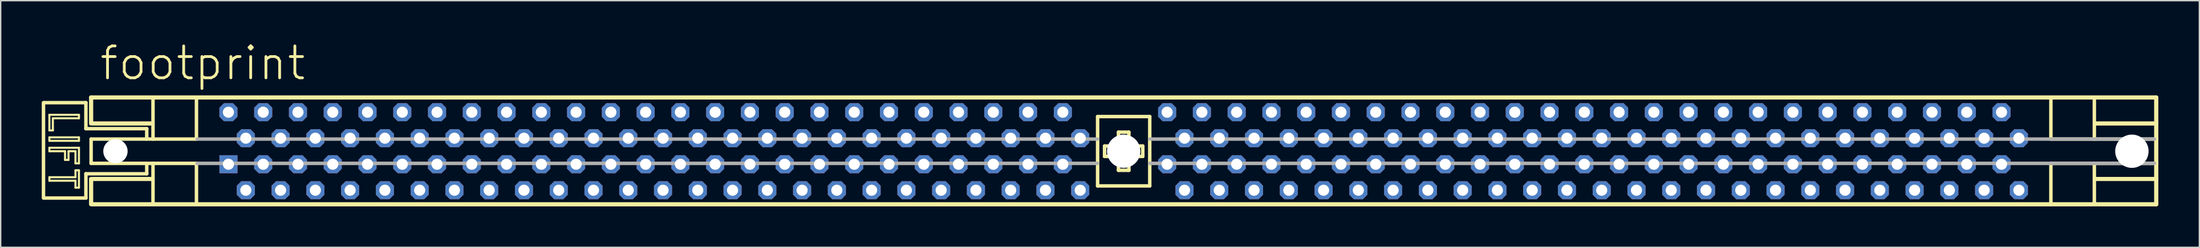
<source format=kicad_pcb>
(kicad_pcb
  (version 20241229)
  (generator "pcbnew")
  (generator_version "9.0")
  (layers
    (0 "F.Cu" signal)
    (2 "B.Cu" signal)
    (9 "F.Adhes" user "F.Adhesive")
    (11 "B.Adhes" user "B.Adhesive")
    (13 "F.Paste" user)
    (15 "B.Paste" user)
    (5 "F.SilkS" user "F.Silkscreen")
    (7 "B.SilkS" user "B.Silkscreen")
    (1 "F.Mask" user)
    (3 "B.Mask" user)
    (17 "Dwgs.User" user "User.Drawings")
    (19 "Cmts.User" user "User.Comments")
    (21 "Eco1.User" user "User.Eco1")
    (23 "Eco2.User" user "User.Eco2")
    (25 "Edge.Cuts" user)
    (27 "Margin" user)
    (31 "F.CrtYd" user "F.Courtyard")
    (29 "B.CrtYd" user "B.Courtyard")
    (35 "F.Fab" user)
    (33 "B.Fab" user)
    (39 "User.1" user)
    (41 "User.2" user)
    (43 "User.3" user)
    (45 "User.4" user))
  (footprint "footprint"
    (layer "F.Cu")
    (at 79.045 8.026)
    (property "Reference" "footprint" (at -74.93 -5.08 0) (layer "F.SilkS") (effects (font (size 2.337 2.337) (thickness 0.203)) (justify left bottom)))
    (fp_line (start -78.918 -3.556) (end -78.918 3.429) (stroke (width 0.254) (type solid)) (layer "F.SilkS"))
    (fp_line (start -78.867 -3.556) (end -75.819 -3.556) (stroke (width 0.254) (type solid)) (layer "F.SilkS"))
    (fp_line (start -78.486 -2.667) (end -78.486 -1.524) (stroke (width 0.152) (type solid)) (layer "F.SilkS"))
    (fp_line (start -78.486 -1.524) (end -78.232 -1.524) (stroke (width 0.152) (type solid)) (layer "F.SilkS"))
    (fp_line (start -78.486 -1.016) (end -78.486 -0.762) (stroke (width 0.152) (type solid)) (layer "F.SilkS"))
    (fp_line (start -78.486 -0.762) (end -76.327 -0.762) (stroke (width 0.152) (type solid)) (layer "F.SilkS"))
    (fp_line (start -78.486 -0.254) (end -76.327 -0.254) (stroke (width 0.152) (type solid)) (layer "F.SilkS"))
    (fp_line (start -78.486 0) (end -78.486 -0.254) (stroke (width 0.152) (type solid)) (layer "F.SilkS"))
    (fp_line (start -78.486 1.905) (end -76.581 1.905) (stroke (width 0.152) (type solid)) (layer "F.SilkS"))
    (fp_line (start -78.486 2.159) (end -78.486 1.905) (stroke (width 0.152) (type solid)) (layer "F.SilkS"))
    (fp_line (start -78.232 -2.413) (end -76.327 -2.413) (stroke (width 0.152) (type solid)) (layer "F.SilkS"))
    (fp_line (start -78.232 -1.524) (end -78.232 -2.413) (stroke (width 0.152) (type solid)) (layer "F.SilkS"))
    (fp_line (start -77.343 0) (end -78.486 0) (stroke (width 0.152) (type solid)) (layer "F.SilkS"))
    (fp_line (start -77.343 0.635) (end -77.343 0) (stroke (width 0.152) (type solid)) (layer "F.SilkS"))
    (fp_line (start -77.089 0) (end -77.089 0.635) (stroke (width 0.152) (type solid)) (layer "F.SilkS"))
    (fp_line (start -77.089 0.635) (end -77.343 0.635) (stroke (width 0.152) (type solid)) (layer "F.SilkS"))
    (fp_line (start -76.581 0) (end -77.089 0) (stroke (width 0.152) (type solid)) (layer "F.SilkS"))
    (fp_line (start -76.581 0.889) (end -76.581 0) (stroke (width 0.152) (type solid)) (layer "F.SilkS"))
    (fp_line (start -76.581 1.397) (end -76.327 1.397) (stroke (width 0.152) (type solid)) (layer "F.SilkS"))
    (fp_line (start -76.581 1.905) (end -76.581 1.397) (stroke (width 0.152) (type solid)) (layer "F.SilkS"))
    (fp_line (start -76.581 2.159) (end -78.486 2.159) (stroke (width 0.152) (type solid)) (layer "F.SilkS"))
    (fp_line (start -76.581 2.667) (end -76.581 2.159) (stroke (width 0.152) (type solid)) (layer "F.SilkS"))
    (fp_line (start -76.327 -2.667) (end -78.486 -2.667) (stroke (width 0.152) (type solid)) (layer "F.SilkS"))
    (fp_line (start -76.327 -2.413) (end -76.327 -2.667) (stroke (width 0.152) (type solid)) (layer "F.SilkS"))
    (fp_line (start -76.327 -1.016) (end -78.486 -1.016) (stroke (width 0.152) (type solid)) (layer "F.SilkS"))
    (fp_line (start -76.327 -0.762) (end -76.327 -1.016) (stroke (width 0.152) (type solid)) (layer "F.SilkS"))
    (fp_line (start -76.327 -0.254) (end -76.327 0.889) (stroke (width 0.152) (type solid)) (layer "F.SilkS"))
    (fp_line (start -76.327 0.889) (end -76.581 0.889) (stroke (width 0.152) (type solid)) (layer "F.SilkS"))
    (fp_line (start -76.327 1.397) (end -76.327 2.667) (stroke (width 0.152) (type solid)) (layer "F.SilkS"))
    (fp_line (start -76.327 2.667) (end -76.581 2.667) (stroke (width 0.152) (type solid)) (layer "F.SilkS"))
    (fp_line (start -75.819 -3.556) (end -75.819 -1.651) (stroke (width 0.254) (type solid)) (layer "F.SilkS"))
    (fp_line (start -75.819 -1.651) (end -71.374 -1.651) (stroke (width 0.254) (type solid)) (layer "F.SilkS"))
    (fp_line (start -75.819 1.651) (end -75.819 3.429) (stroke (width 0.254) (type solid)) (layer "F.SilkS"))
    (fp_line (start -75.819 3.429) (end -78.867 3.429) (stroke (width 0.254) (type solid)) (layer "F.SilkS"))
    (fp_line (start -75.438 -3.937) (end -75.438 -2.032) (stroke (width 0.305) (type solid)) (layer "F.SilkS"))
    (fp_line (start -75.438 -3.937) (end 75.438 -3.937) (stroke (width 0.305) (type solid)) (layer "F.SilkS"))
    (fp_line (start -75.438 -0.889) (end -75.438 0.889) (stroke (width 0.254) (type solid)) (layer "F.SilkS"))
    (fp_line (start -75.438 0.889) (end -71.374 0.889) (stroke (width 0.254) (type solid)) (layer "F.SilkS"))
    (fp_line (start -75.438 2.032) (end -75.438 3.81) (stroke (width 0.305) (type solid)) (layer "F.SilkS"))
    (fp_line (start -75.311 -2.032) (end -70.993 -2.032) (stroke (width 0.305) (type solid)) (layer "F.SilkS"))
    (fp_line (start -75.311 2.032) (end -70.993 2.032) (stroke (width 0.305) (type solid)) (layer "F.SilkS"))
    (fp_line (start -71.374 -1.651) (end -71.374 -0.889) (stroke (width 0.254) (type solid)) (layer "F.SilkS"))
    (fp_line (start -71.374 -0.889) (end -75.438 -0.889) (stroke (width 0.254) (type solid)) (layer "F.SilkS"))
    (fp_line (start -71.374 0.889) (end -71.374 1.651) (stroke (width 0.254) (type solid)) (layer "F.SilkS"))
    (fp_line (start -71.374 1.651) (end -75.819 1.651) (stroke (width 0.254) (type solid)) (layer "F.SilkS"))
    (fp_line (start -71.247 -0.889) (end -67.818 -0.889) (stroke (width 0.254) (type solid)) (layer "F.SilkS"))
    (fp_line (start -71.247 0.889) (end -67.818 0.889) (stroke (width 0.254) (type solid)) (layer "F.SilkS"))
    (fp_line (start -70.917 -3.861) (end -70.917 -0.889) (stroke (width 0.254) (type solid)) (layer "F.SilkS"))
    (fp_line (start -70.917 0.889) (end -70.917 3.81) (stroke (width 0.254) (type solid)) (layer "F.SilkS"))
    (fp_line (start -67.742 -3.861) (end -67.742 -0.889) (stroke (width 0.254) (type solid)) (layer "F.SilkS"))
    (fp_line (start -67.742 0.889) (end -67.742 3.81) (stroke (width 0.254) (type solid)) (layer "F.SilkS"))
    (fp_line (start -1.905 -2.54) (end -1.905 2.54) (stroke (width 0.254) (type solid)) (layer "F.SilkS"))
    (fp_line (start -1.905 2.54) (end 1.905 2.54) (stroke (width 0.254) (type solid)) (layer "F.SilkS"))
    (fp_line (start -1.397 -0.381) (end -1.397 0.381) (stroke (width 0.254) (type solid)) (layer "F.SilkS"))
    (fp_line (start -1.397 0.381) (end -0.381 0.381) (stroke (width 0.254) (type solid)) (layer "F.SilkS"))
    (fp_line (start -0.381 -1.397) (end -0.381 -0.381) (stroke (width 0.254) (type solid)) (layer "F.SilkS"))
    (fp_line (start -0.381 -0.381) (end -1.397 -0.381) (stroke (width 0.254) (type solid)) (layer "F.SilkS"))
    (fp_line (start -0.381 0.381) (end -0.381 1.397) (stroke (width 0.254) (type solid)) (layer "F.SilkS"))
    (fp_line (start -0.381 1.397) (end 0.381 1.397) (stroke (width 0.254) (type solid)) (layer "F.SilkS"))
    (fp_line (start 0.381 -1.397) (end -0.381 -1.397) (stroke (width 0.254) (type solid)) (layer "F.SilkS"))
    (fp_line (start 0.381 -0.381) (end 0.381 -1.397) (stroke (width 0.254) (type solid)) (layer "F.SilkS"))
    (fp_line (start 0.381 0.381) (end 1.397 0.381) (stroke (width 0.254) (type solid)) (layer "F.SilkS"))
    (fp_line (start 0.381 1.397) (end 0.381 0.381) (stroke (width 0.254) (type solid)) (layer "F.SilkS"))
    (fp_line (start 1.397 -0.381) (end 0.381 -0.381) (stroke (width 0.254) (type solid)) (layer "F.SilkS"))
    (fp_line (start 1.397 0.381) (end 1.397 -0.381) (stroke (width 0.254) (type solid)) (layer "F.SilkS"))
    (fp_line (start 1.905 -2.54) (end -1.905 -2.54) (stroke (width 0.254) (type solid)) (layer "F.SilkS"))
    (fp_line (start 1.905 2.54) (end 1.905 -2.54) (stroke (width 0.254) (type solid)) (layer "F.SilkS"))
    (fp_line (start 67.742 -3.861) (end 67.742 -0.889) (stroke (width 0.254) (type solid)) (layer "F.SilkS"))
    (fp_line (start 67.742 0.889) (end 67.742 3.81) (stroke (width 0.254) (type solid)) (layer "F.SilkS"))
    (fp_line (start 70.917 -3.861) (end 70.917 -0.889) (stroke (width 0.254) (type solid)) (layer "F.SilkS"))
    (fp_line (start 70.917 0.889) (end 70.917 3.81) (stroke (width 0.254) (type solid)) (layer "F.SilkS"))
    (fp_line (start 75.438 -3.937) (end 75.438 -2.032) (stroke (width 0.305) (type solid)) (layer "F.SilkS"))
    (fp_line (start 75.438 -2.032) (end 70.993 -2.032) (stroke (width 0.305) (type solid)) (layer "F.SilkS"))
    (fp_line (start 75.438 -2.032) (end 75.438 -0.889) (stroke (width 0.305) (type solid)) (layer "F.SilkS"))
    (fp_line (start 75.438 -0.889) (end 67.818 -0.889) (stroke (width 0.254) (type solid)) (layer "F.SilkS"))
    (fp_line (start 75.438 -0.889) (end 75.438 0.889) (stroke (width 0.305) (type solid)) (layer "F.SilkS"))
    (fp_line (start 75.438 0.889) (end 67.818 0.889) (stroke (width 0.254) (type solid)) (layer "F.SilkS"))
    (fp_line (start 75.438 0.889) (end 75.438 2.032) (stroke (width 0.305) (type solid)) (layer "F.SilkS"))
    (fp_line (start 75.438 2.032) (end 70.993 2.032) (stroke (width 0.305) (type solid)) (layer "F.SilkS"))
    (fp_line (start 75.438 2.032) (end 75.438 3.886) (stroke (width 0.305) (type solid)) (layer "F.SilkS"))
    (fp_line (start 75.438 3.886) (end -75.438 3.886) (stroke (width 0.305) (type solid)) (layer "F.SilkS"))
    (fp_line (start -67.691 -0.889) (end -1.905 -0.889) (stroke (width 0.254) (type solid)) (layer "F.Fab"))
    (fp_line (start -67.691 0.889) (end -1.905 0.889) (stroke (width 0.254) (type solid)) (layer "F.Fab"))
    (fp_line (start 1.905 -0.889) (end 75.311 -0.889) (stroke (width 0.254) (type solid)) (layer "F.Fab"))
    (fp_line (start 1.905 0.889) (end 75.311 0.889) (stroke (width 0.254) (type solid)) (layer "F.Fab"))
    (pad "" np_thru_hole circle (at -73.66 0) (size 1.778 1.778) (drill 1.778) (layers "*.Cu" "*.Mask"))
    (pad "" np_thru_hole circle (at 0 0) (size 2.438 2.438) (drill 2.438) (layers "*.Cu" "*.Mask"))
    (pad "" np_thru_hole circle (at 73.66 0) (size 2.438 2.438) (drill 2.438) (layers "*.Cu" "*.Mask"))
    (pad "1" thru_hole rect (at -65.405 0.953) (size 1.321 1.321) (drill 0.813) (layers "*.Cu" "*.Mask"))
    (pad "2" thru_hole roundrect (at -64.135 2.857) (size 1.321 1.321) (drill 0.813) (layers "*.Cu" "*.Mask") (roundrect_rratio 0.25) (chamfer_ratio 0.25) (chamfer top_left top_right bottom_left bottom_right))
    (pad "3" thru_hole roundrect (at -62.865 0.953) (size 1.321 1.321) (drill 0.813) (layers "*.Cu" "*.Mask") (roundrect_rratio 0.25) (chamfer_ratio 0.25) (chamfer top_left top_right bottom_left bottom_right))
    (pad "4" thru_hole roundrect (at -61.595 2.857) (size 1.321 1.321) (drill 0.813) (layers "*.Cu" "*.Mask") (roundrect_rratio 0.25) (chamfer_ratio 0.25) (chamfer top_left top_right bottom_left bottom_right))
    (pad "5" thru_hole roundrect (at -60.325 0.953) (size 1.321 1.321) (drill 0.813) (layers "*.Cu" "*.Mask") (roundrect_rratio 0.25) (chamfer_ratio 0.25) (chamfer top_left top_right bottom_left bottom_right))
    (pad "6" thru_hole roundrect (at -59.055 2.857) (size 1.321 1.321) (drill 0.813) (layers "*.Cu" "*.Mask") (roundrect_rratio 0.25) (chamfer_ratio 0.25) (chamfer top_left top_right bottom_left bottom_right))
    (pad "7" thru_hole roundrect (at -57.785 0.953) (size 1.321 1.321) (drill 0.813) (layers "*.Cu" "*.Mask") (roundrect_rratio 0.25) (chamfer_ratio 0.25) (chamfer top_left top_right bottom_left bottom_right))
    (pad "8" thru_hole roundrect (at -56.515 2.857) (size 1.321 1.321) (drill 0.813) (layers "*.Cu" "*.Mask") (roundrect_rratio 0.25) (chamfer_ratio 0.25) (chamfer top_left top_right bottom_left bottom_right))
    (pad "9" thru_hole roundrect (at -55.245 0.953) (size 1.321 1.321) (drill 0.813) (layers "*.Cu" "*.Mask") (roundrect_rratio 0.25) (chamfer_ratio 0.25) (chamfer top_left top_right bottom_left bottom_right))
    (pad "10" thru_hole roundrect (at -53.975 2.857) (size 1.321 1.321) (drill 0.813) (layers "*.Cu" "*.Mask") (roundrect_rratio 0.25) (chamfer_ratio 0.25) (chamfer top_left top_right bottom_left bottom_right))
    (pad "11" thru_hole roundrect (at -52.705 0.953) (size 1.321 1.321) (drill 0.813) (layers "*.Cu" "*.Mask") (roundrect_rratio 0.25) (chamfer_ratio 0.25) (chamfer top_left top_right bottom_left bottom_right))
    (pad "12" thru_hole roundrect (at -51.435 2.857) (size 1.321 1.321) (drill 0.813) (layers "*.Cu" "*.Mask") (roundrect_rratio 0.25) (chamfer_ratio 0.25) (chamfer top_left top_right bottom_left bottom_right))
    (pad "13" thru_hole roundrect (at -50.165 0.953) (size 1.321 1.321) (drill 0.813) (layers "*.Cu" "*.Mask") (roundrect_rratio 0.25) (chamfer_ratio 0.25) (chamfer top_left top_right bottom_left bottom_right))
    (pad "14" thru_hole roundrect (at -48.895 2.857) (size 1.321 1.321) (drill 0.813) (layers "*.Cu" "*.Mask") (roundrect_rratio 0.25) (chamfer_ratio 0.25) (chamfer top_left top_right bottom_left bottom_right))
    (pad "15" thru_hole roundrect (at -47.625 0.953) (size 1.321 1.321) (drill 0.813) (layers "*.Cu" "*.Mask") (roundrect_rratio 0.25) (chamfer_ratio 0.25) (chamfer top_left top_right bottom_left bottom_right))
    (pad "16" thru_hole roundrect (at -46.355 2.857) (size 1.321 1.321) (drill 0.813) (layers "*.Cu" "*.Mask") (roundrect_rratio 0.25) (chamfer_ratio 0.25) (chamfer top_left top_right bottom_left bottom_right))
    (pad "17" thru_hole roundrect (at -45.085 0.953) (size 1.321 1.321) (drill 0.813) (layers "*.Cu" "*.Mask") (roundrect_rratio 0.25) (chamfer_ratio 0.25) (chamfer top_left top_right bottom_left bottom_right))
    (pad "18" thru_hole roundrect (at -43.815 2.857) (size 1.321 1.321) (drill 0.813) (layers "*.Cu" "*.Mask") (roundrect_rratio 0.25) (chamfer_ratio 0.25) (chamfer top_left top_right bottom_left bottom_right))
    (pad "19" thru_hole roundrect (at -42.545 0.953) (size 1.321 1.321) (drill 0.813) (layers "*.Cu" "*.Mask") (roundrect_rratio 0.25) (chamfer_ratio 0.25) (chamfer top_left top_right bottom_left bottom_right))
    (pad "20" thru_hole roundrect (at -41.275 2.857) (size 1.321 1.321) (drill 0.813) (layers "*.Cu" "*.Mask") (roundrect_rratio 0.25) (chamfer_ratio 0.25) (chamfer top_left top_right bottom_left bottom_right))
    (pad "21" thru_hole roundrect (at -40.005 0.953) (size 1.321 1.321) (drill 0.813) (layers "*.Cu" "*.Mask") (roundrect_rratio 0.25) (chamfer_ratio 0.25) (chamfer top_left top_right bottom_left bottom_right))
    (pad "22" thru_hole roundrect (at -38.735 2.857) (size 1.321 1.321) (drill 0.813) (layers "*.Cu" "*.Mask") (roundrect_rratio 0.25) (chamfer_ratio 0.25) (chamfer top_left top_right bottom_left bottom_right))
    (pad "23" thru_hole roundrect (at -37.465 0.953) (size 1.321 1.321) (drill 0.813) (layers "*.Cu" "*.Mask") (roundrect_rratio 0.25) (chamfer_ratio 0.25) (chamfer top_left top_right bottom_left bottom_right))
    (pad "24" thru_hole roundrect (at -36.195 2.857) (size 1.321 1.321) (drill 0.813) (layers "*.Cu" "*.Mask") (roundrect_rratio 0.25) (chamfer_ratio 0.25) (chamfer top_left top_right bottom_left bottom_right))
    (pad "25" thru_hole roundrect (at -34.925 0.953) (size 1.321 1.321) (drill 0.813) (layers "*.Cu" "*.Mask") (roundrect_rratio 0.25) (chamfer_ratio 0.25) (chamfer top_left top_right bottom_left bottom_right))
    (pad "26" thru_hole roundrect (at -33.655 2.857) (size 1.321 1.321) (drill 0.813) (layers "*.Cu" "*.Mask") (roundrect_rratio 0.25) (chamfer_ratio 0.25) (chamfer top_left top_right bottom_left bottom_right))
    (pad "27" thru_hole roundrect (at -32.385 0.953) (size 1.321 1.321) (drill 0.813) (layers "*.Cu" "*.Mask") (roundrect_rratio 0.25) (chamfer_ratio 0.25) (chamfer top_left top_right bottom_left bottom_right))
    (pad "28" thru_hole roundrect (at -31.115 2.857) (size 1.321 1.321) (drill 0.813) (layers "*.Cu" "*.Mask") (roundrect_rratio 0.25) (chamfer_ratio 0.25) (chamfer top_left top_right bottom_left bottom_right))
    (pad "29" thru_hole roundrect (at -29.845 0.953) (size 1.321 1.321) (drill 0.813) (layers "*.Cu" "*.Mask") (roundrect_rratio 0.25) (chamfer_ratio 0.25) (chamfer top_left top_right bottom_left bottom_right))
    (pad "30" thru_hole roundrect (at -28.575 2.857) (size 1.321 1.321) (drill 0.813) (layers "*.Cu" "*.Mask") (roundrect_rratio 0.25) (chamfer_ratio 0.25) (chamfer top_left top_right bottom_left bottom_right))
    (pad "31" thru_hole roundrect (at -27.305 0.953) (size 1.321 1.321) (drill 0.813) (layers "*.Cu" "*.Mask") (roundrect_rratio 0.25) (chamfer_ratio 0.25) (chamfer top_left top_right bottom_left bottom_right))
    (pad "32" thru_hole roundrect (at -26.035 2.857) (size 1.321 1.321) (drill 0.813) (layers "*.Cu" "*.Mask") (roundrect_rratio 0.25) (chamfer_ratio 0.25) (chamfer top_left top_right bottom_left bottom_right))
    (pad "33" thru_hole roundrect (at -24.765 0.953) (size 1.321 1.321) (drill 0.813) (layers "*.Cu" "*.Mask") (roundrect_rratio 0.25) (chamfer_ratio 0.25) (chamfer top_left top_right bottom_left bottom_right))
    (pad "34" thru_hole roundrect (at -23.495 2.857) (size 1.321 1.321) (drill 0.813) (layers "*.Cu" "*.Mask") (roundrect_rratio 0.25) (chamfer_ratio 0.25) (chamfer top_left top_right bottom_left bottom_right))
    (pad "35" thru_hole roundrect (at -22.225 0.953) (size 1.321 1.321) (drill 0.813) (layers "*.Cu" "*.Mask") (roundrect_rratio 0.25) (chamfer_ratio 0.25) (chamfer top_left top_right bottom_left bottom_right))
    (pad "36" thru_hole roundrect (at -20.955 2.857) (size 1.321 1.321) (drill 0.813) (layers "*.Cu" "*.Mask") (roundrect_rratio 0.25) (chamfer_ratio 0.25) (chamfer top_left top_right bottom_left bottom_right))
    (pad "37" thru_hole roundrect (at -19.685 0.953) (size 1.321 1.321) (drill 0.813) (layers "*.Cu" "*.Mask") (roundrect_rratio 0.25) (chamfer_ratio 0.25) (chamfer top_left top_right bottom_left bottom_right))
    (pad "38" thru_hole roundrect (at -18.415 2.857) (size 1.321 1.321) (drill 0.813) (layers "*.Cu" "*.Mask") (roundrect_rratio 0.25) (chamfer_ratio 0.25) (chamfer top_left top_right bottom_left bottom_right))
    (pad "39" thru_hole roundrect (at -17.145 0.953) (size 1.321 1.321) (drill 0.813) (layers "*.Cu" "*.Mask") (roundrect_rratio 0.25) (chamfer_ratio 0.25) (chamfer top_left top_right bottom_left bottom_right))
    (pad "40" thru_hole roundrect (at -15.875 2.857) (size 1.321 1.321) (drill 0.813) (layers "*.Cu" "*.Mask") (roundrect_rratio 0.25) (chamfer_ratio 0.25) (chamfer top_left top_right bottom_left bottom_right))
    (pad "41" thru_hole roundrect (at -14.605 0.953) (size 1.321 1.321) (drill 0.813) (layers "*.Cu" "*.Mask") (roundrect_rratio 0.25) (chamfer_ratio 0.25) (chamfer top_left top_right bottom_left bottom_right))
    (pad "42" thru_hole roundrect (at -13.335 2.857) (size 1.321 1.321) (drill 0.813) (layers "*.Cu" "*.Mask") (roundrect_rratio 0.25) (chamfer_ratio 0.25) (chamfer top_left top_right bottom_left bottom_right))
    (pad "43" thru_hole roundrect (at -12.065 0.953) (size 1.321 1.321) (drill 0.813) (layers "*.Cu" "*.Mask") (roundrect_rratio 0.25) (chamfer_ratio 0.25) (chamfer top_left top_right bottom_left bottom_right))
    (pad "44" thru_hole roundrect (at -10.795 2.857) (size 1.321 1.321) (drill 0.813) (layers "*.Cu" "*.Mask") (roundrect_rratio 0.25) (chamfer_ratio 0.25) (chamfer top_left top_right bottom_left bottom_right))
    (pad "45" thru_hole roundrect (at -9.525 0.953) (size 1.321 1.321) (drill 0.813) (layers "*.Cu" "*.Mask") (roundrect_rratio 0.25) (chamfer_ratio 0.25) (chamfer top_left top_right bottom_left bottom_right))
    (pad "46" thru_hole roundrect (at -8.255 2.857) (size 1.321 1.321) (drill 0.813) (layers "*.Cu" "*.Mask") (roundrect_rratio 0.25) (chamfer_ratio 0.25) (chamfer top_left top_right bottom_left bottom_right))
    (pad "47" thru_hole roundrect (at -6.985 0.953) (size 1.321 1.321) (drill 0.813) (layers "*.Cu" "*.Mask") (roundrect_rratio 0.25) (chamfer_ratio 0.25) (chamfer top_left top_right bottom_left bottom_right))
    (pad "48" thru_hole roundrect (at -5.715 2.857) (size 1.321 1.321) (drill 0.813) (layers "*.Cu" "*.Mask") (roundrect_rratio 0.25) (chamfer_ratio 0.25) (chamfer top_left top_right bottom_left bottom_right))
    (pad "49" thru_hole roundrect (at -4.445 0.953) (size 1.321 1.321) (drill 0.813) (layers "*.Cu" "*.Mask") (roundrect_rratio 0.25) (chamfer_ratio 0.25) (chamfer top_left top_right bottom_left bottom_right))
    (pad "50" thru_hole roundrect (at -3.175 2.857) (size 1.321 1.321) (drill 0.813) (layers "*.Cu" "*.Mask") (roundrect_rratio 0.25) (chamfer_ratio 0.25) (chamfer top_left top_right bottom_left bottom_right))
    (pad "51" thru_hole roundrect (at 3.175 0.953) (size 1.321 1.321) (drill 0.813) (layers "*.Cu" "*.Mask") (roundrect_rratio 0.25) (chamfer_ratio 0.25) (chamfer top_left top_right bottom_left bottom_right))
    (pad "52" thru_hole roundrect (at 4.445 2.857) (size 1.321 1.321) (drill 0.813) (layers "*.Cu" "*.Mask") (roundrect_rratio 0.25) (chamfer_ratio 0.25) (chamfer top_left top_right bottom_left bottom_right))
    (pad "53" thru_hole roundrect (at 5.715 0.953) (size 1.321 1.321) (drill 0.813) (layers "*.Cu" "*.Mask") (roundrect_rratio 0.25) (chamfer_ratio 0.25) (chamfer top_left top_right bottom_left bottom_right))
    (pad "54" thru_hole roundrect (at 6.985 2.857) (size 1.321 1.321) (drill 0.813) (layers "*.Cu" "*.Mask") (roundrect_rratio 0.25) (chamfer_ratio 0.25) (chamfer top_left top_right bottom_left bottom_right))
    (pad "55" thru_hole roundrect (at 8.255 0.953) (size 1.321 1.321) (drill 0.813) (layers "*.Cu" "*.Mask") (roundrect_rratio 0.25) (chamfer_ratio 0.25) (chamfer top_left top_right bottom_left bottom_right))
    (pad "56" thru_hole roundrect (at 9.525 2.857) (size 1.321 1.321) (drill 0.813) (layers "*.Cu" "*.Mask") (roundrect_rratio 0.25) (chamfer_ratio 0.25) (chamfer top_left top_right bottom_left bottom_right))
    (pad "57" thru_hole roundrect (at 10.795 0.953) (size 1.321 1.321) (drill 0.813) (layers "*.Cu" "*.Mask") (roundrect_rratio 0.25) (chamfer_ratio 0.25) (chamfer top_left top_right bottom_left bottom_right))
    (pad "58" thru_hole roundrect (at 12.065 2.857) (size 1.321 1.321) (drill 0.813) (layers "*.Cu" "*.Mask") (roundrect_rratio 0.25) (chamfer_ratio 0.25) (chamfer top_left top_right bottom_left bottom_right))
    (pad "59" thru_hole roundrect (at 13.335 0.953) (size 1.321 1.321) (drill 0.813) (layers "*.Cu" "*.Mask") (roundrect_rratio 0.25) (chamfer_ratio 0.25) (chamfer top_left top_right bottom_left bottom_right))
    (pad "60" thru_hole roundrect (at 14.605 2.857) (size 1.321 1.321) (drill 0.813) (layers "*.Cu" "*.Mask") (roundrect_rratio 0.25) (chamfer_ratio 0.25) (chamfer top_left top_right bottom_left bottom_right))
    (pad "61" thru_hole roundrect (at 15.875 0.953) (size 1.321 1.321) (drill 0.813) (layers "*.Cu" "*.Mask") (roundrect_rratio 0.25) (chamfer_ratio 0.25) (chamfer top_left top_right bottom_left bottom_right))
    (pad "62" thru_hole roundrect (at 17.145 2.857) (size 1.321 1.321) (drill 0.813) (layers "*.Cu" "*.Mask") (roundrect_rratio 0.25) (chamfer_ratio 0.25) (chamfer top_left top_right bottom_left bottom_right))
    (pad "63" thru_hole roundrect (at 18.415 0.953) (size 1.321 1.321) (drill 0.813) (layers "*.Cu" "*.Mask") (roundrect_rratio 0.25) (chamfer_ratio 0.25) (chamfer top_left top_right bottom_left bottom_right))
    (pad "64" thru_hole roundrect (at 19.685 2.857) (size 1.321 1.321) (drill 0.813) (layers "*.Cu" "*.Mask") (roundrect_rratio 0.25) (chamfer_ratio 0.25) (chamfer top_left top_right bottom_left bottom_right))
    (pad "65" thru_hole roundrect (at 20.955 0.953) (size 1.321 1.321) (drill 0.813) (layers "*.Cu" "*.Mask") (roundrect_rratio 0.25) (chamfer_ratio 0.25) (chamfer top_left top_right bottom_left bottom_right))
    (pad "66" thru_hole roundrect (at 22.225 2.857) (size 1.321 1.321) (drill 0.813) (layers "*.Cu" "*.Mask") (roundrect_rratio 0.25) (chamfer_ratio 0.25) (chamfer top_left top_right bottom_left bottom_right))
    (pad "67" thru_hole roundrect (at 23.495 0.953) (size 1.321 1.321) (drill 0.813) (layers "*.Cu" "*.Mask") (roundrect_rratio 0.25) (chamfer_ratio 0.25) (chamfer top_left top_right bottom_left bottom_right))
    (pad "68" thru_hole roundrect (at 24.765 2.857) (size 1.321 1.321) (drill 0.813) (layers "*.Cu" "*.Mask") (roundrect_rratio 0.25) (chamfer_ratio 0.25) (chamfer top_left top_right bottom_left bottom_right))
    (pad "69" thru_hole roundrect (at 26.035 0.953) (size 1.321 1.321) (drill 0.813) (layers "*.Cu" "*.Mask") (roundrect_rratio 0.25) (chamfer_ratio 0.25) (chamfer top_left top_right bottom_left bottom_right))
    (pad "70" thru_hole roundrect (at 27.305 2.857) (size 1.321 1.321) (drill 0.813) (layers "*.Cu" "*.Mask") (roundrect_rratio 0.25) (chamfer_ratio 0.25) (chamfer top_left top_right bottom_left bottom_right))
    (pad "71" thru_hole roundrect (at 28.575 0.953) (size 1.321 1.321) (drill 0.813) (layers "*.Cu" "*.Mask") (roundrect_rratio 0.25) (chamfer_ratio 0.25) (chamfer top_left top_right bottom_left bottom_right))
    (pad "72" thru_hole roundrect (at 29.845 2.857) (size 1.321 1.321) (drill 0.813) (layers "*.Cu" "*.Mask") (roundrect_rratio 0.25) (chamfer_ratio 0.25) (chamfer top_left top_right bottom_left bottom_right))
    (pad "73" thru_hole roundrect (at 31.115 0.953) (size 1.321 1.321) (drill 0.813) (layers "*.Cu" "*.Mask") (roundrect_rratio 0.25) (chamfer_ratio 0.25) (chamfer top_left top_right bottom_left bottom_right))
    (pad "74" thru_hole roundrect (at 32.385 2.857) (size 1.321 1.321) (drill 0.813) (layers "*.Cu" "*.Mask") (roundrect_rratio 0.25) (chamfer_ratio 0.25) (chamfer top_left top_right bottom_left bottom_right))
    (pad "75" thru_hole roundrect (at 33.655 0.953) (size 1.321 1.321) (drill 0.813) (layers "*.Cu" "*.Mask") (roundrect_rratio 0.25) (chamfer_ratio 0.25) (chamfer top_left top_right bottom_left bottom_right))
    (pad "76" thru_hole roundrect (at 34.925 2.857) (size 1.321 1.321) (drill 0.813) (layers "*.Cu" "*.Mask") (roundrect_rratio 0.25) (chamfer_ratio 0.25) (chamfer top_left top_right bottom_left bottom_right))
    (pad "77" thru_hole roundrect (at 36.195 0.953) (size 1.321 1.321) (drill 0.813) (layers "*.Cu" "*.Mask") (roundrect_rratio 0.25) (chamfer_ratio 0.25) (chamfer top_left top_right bottom_left bottom_right))
    (pad "78" thru_hole roundrect (at 37.465 2.857) (size 1.321 1.321) (drill 0.813) (layers "*.Cu" "*.Mask") (roundrect_rratio 0.25) (chamfer_ratio 0.25) (chamfer top_left top_right bottom_left bottom_right))
    (pad "79" thru_hole roundrect (at 38.735 0.953) (size 1.321 1.321) (drill 0.813) (layers "*.Cu" "*.Mask") (roundrect_rratio 0.25) (chamfer_ratio 0.25) (chamfer top_left top_right bottom_left bottom_right))
    (pad "80" thru_hole roundrect (at 40.005 2.857) (size 1.321 1.321) (drill 0.813) (layers "*.Cu" "*.Mask") (roundrect_rratio 0.25) (chamfer_ratio 0.25) (chamfer top_left top_right bottom_left bottom_right))
    (pad "81" thru_hole roundrect (at 41.275 0.953) (size 1.321 1.321) (drill 0.813) (layers "*.Cu" "*.Mask") (roundrect_rratio 0.25) (chamfer_ratio 0.25) (chamfer top_left top_right bottom_left bottom_right))
    (pad "82" thru_hole roundrect (at 42.545 2.857) (size 1.321 1.321) (drill 0.813) (layers "*.Cu" "*.Mask") (roundrect_rratio 0.25) (chamfer_ratio 0.25) (chamfer top_left top_right bottom_left bottom_right))
    (pad "83" thru_hole roundrect (at 43.815 0.953) (size 1.321 1.321) (drill 0.813) (layers "*.Cu" "*.Mask") (roundrect_rratio 0.25) (chamfer_ratio 0.25) (chamfer top_left top_right bottom_left bottom_right))
    (pad "84" thru_hole roundrect (at 45.085 2.857) (size 1.321 1.321) (drill 0.813) (layers "*.Cu" "*.Mask") (roundrect_rratio 0.25) (chamfer_ratio 0.25) (chamfer top_left top_right bottom_left bottom_right))
    (pad "85" thru_hole roundrect (at 46.355 0.953) (size 1.321 1.321) (drill 0.813) (layers "*.Cu" "*.Mask") (roundrect_rratio 0.25) (chamfer_ratio 0.25) (chamfer top_left top_right bottom_left bottom_right))
    (pad "86" thru_hole roundrect (at 47.625 2.857) (size 1.321 1.321) (drill 0.813) (layers "*.Cu" "*.Mask") (roundrect_rratio 0.25) (chamfer_ratio 0.25) (chamfer top_left top_right bottom_left bottom_right))
    (pad "87" thru_hole roundrect (at 48.895 0.953) (size 1.321 1.321) (drill 0.813) (layers "*.Cu" "*.Mask") (roundrect_rratio 0.25) (chamfer_ratio 0.25) (chamfer top_left top_right bottom_left bottom_right))
    (pad "88" thru_hole roundrect (at 50.165 2.857) (size 1.321 1.321) (drill 0.813) (layers "*.Cu" "*.Mask") (roundrect_rratio 0.25) (chamfer_ratio 0.25) (chamfer top_left top_right bottom_left bottom_right))
    (pad "89" thru_hole roundrect (at 51.435 0.953) (size 1.321 1.321) (drill 0.813) (layers "*.Cu" "*.Mask") (roundrect_rratio 0.25) (chamfer_ratio 0.25) (chamfer top_left top_right bottom_left bottom_right))
    (pad "90" thru_hole roundrect (at 52.705 2.857) (size 1.321 1.321) (drill 0.813) (layers "*.Cu" "*.Mask") (roundrect_rratio 0.25) (chamfer_ratio 0.25) (chamfer top_left top_right bottom_left bottom_right))
    (pad "91" thru_hole roundrect (at 53.975 0.953) (size 1.321 1.321) (drill 0.813) (layers "*.Cu" "*.Mask") (roundrect_rratio 0.25) (chamfer_ratio 0.25) (chamfer top_left top_right bottom_left bottom_right))
    (pad "92" thru_hole roundrect (at 55.245 2.857) (size 1.321 1.321) (drill 0.813) (layers "*.Cu" "*.Mask") (roundrect_rratio 0.25) (chamfer_ratio 0.25) (chamfer top_left top_right bottom_left bottom_right))
    (pad "93" thru_hole roundrect (at 56.515 0.953) (size 1.321 1.321) (drill 0.813) (layers "*.Cu" "*.Mask") (roundrect_rratio 0.25) (chamfer_ratio 0.25) (chamfer top_left top_right bottom_left bottom_right))
    (pad "94" thru_hole roundrect (at 57.785 2.857) (size 1.321 1.321) (drill 0.813) (layers "*.Cu" "*.Mask") (roundrect_rratio 0.25) (chamfer_ratio 0.25) (chamfer top_left top_right bottom_left bottom_right))
    (pad "95" thru_hole roundrect (at 59.055 0.953) (size 1.321 1.321) (drill 0.813) (layers "*.Cu" "*.Mask") (roundrect_rratio 0.25) (chamfer_ratio 0.25) (chamfer top_left top_right bottom_left bottom_right))
    (pad "96" thru_hole roundrect (at 60.325 2.857) (size 1.321 1.321) (drill 0.813) (layers "*.Cu" "*.Mask") (roundrect_rratio 0.25) (chamfer_ratio 0.25) (chamfer top_left top_right bottom_left bottom_right))
    (pad "97" thru_hole roundrect (at 61.595 0.953) (size 1.321 1.321) (drill 0.813) (layers "*.Cu" "*.Mask") (roundrect_rratio 0.25) (chamfer_ratio 0.25) (chamfer top_left top_right bottom_left bottom_right))
    (pad "98" thru_hole roundrect (at 62.865 2.857) (size 1.321 1.321) (drill 0.813) (layers "*.Cu" "*.Mask") (roundrect_rratio 0.25) (chamfer_ratio 0.25) (chamfer top_left top_right bottom_left bottom_right))
    (pad "99" thru_hole roundrect (at 64.135 0.953) (size 1.321 1.321) (drill 0.813) (layers "*.Cu" "*.Mask") (roundrect_rratio 0.25) (chamfer_ratio 0.25) (chamfer top_left top_right bottom_left bottom_right))
    (pad "100" thru_hole roundrect (at 65.405 2.857) (size 1.321 1.321) (drill 0.813) (layers "*.Cu" "*.Mask") (roundrect_rratio 0.25) (chamfer_ratio 0.25) (chamfer top_left top_right bottom_left bottom_right))
    (pad "101" thru_hole roundrect (at -65.405 -2.857) (size 1.321 1.321) (drill 0.813) (layers "*.Cu" "*.Mask") (roundrect_rratio 0.25) (chamfer_ratio 0.25) (chamfer top_left top_right bottom_left bottom_right))
    (pad "102" thru_hole roundrect (at -64.135 -0.953) (size 1.321 1.321) (drill 0.813) (layers "*.Cu" "*.Mask") (roundrect_rratio 0.25) (chamfer_ratio 0.25) (chamfer top_left top_right bottom_left bottom_right))
    (pad "103" thru_hole roundrect (at -62.865 -2.857) (size 1.321 1.321) (drill 0.813) (layers "*.Cu" "*.Mask") (roundrect_rratio 0.25) (chamfer_ratio 0.25) (chamfer top_left top_right bottom_left bottom_right))
    (pad "104" thru_hole roundrect (at -61.595 -0.953) (size 1.321 1.321) (drill 0.813) (layers "*.Cu" "*.Mask") (roundrect_rratio 0.25) (chamfer_ratio 0.25) (chamfer top_left top_right bottom_left bottom_right))
    (pad "105" thru_hole roundrect (at -60.325 -2.857) (size 1.321 1.321) (drill 0.813) (layers "*.Cu" "*.Mask") (roundrect_rratio 0.25) (chamfer_ratio 0.25) (chamfer top_left top_right bottom_left bottom_right))
    (pad "106" thru_hole roundrect (at -59.055 -0.953) (size 1.321 1.321) (drill 0.813) (layers "*.Cu" "*.Mask") (roundrect_rratio 0.25) (chamfer_ratio 0.25) (chamfer top_left top_right bottom_left bottom_right))
    (pad "107" thru_hole roundrect (at -57.785 -2.857) (size 1.321 1.321) (drill 0.813) (layers "*.Cu" "*.Mask") (roundrect_rratio 0.25) (chamfer_ratio 0.25) (chamfer top_left top_right bottom_left bottom_right))
    (pad "108" thru_hole roundrect (at -56.515 -0.953) (size 1.321 1.321) (drill 0.813) (layers "*.Cu" "*.Mask") (roundrect_rratio 0.25) (chamfer_ratio 0.25) (chamfer top_left top_right bottom_left bottom_right))
    (pad "109" thru_hole roundrect (at -55.245 -2.857) (size 1.321 1.321) (drill 0.813) (layers "*.Cu" "*.Mask") (roundrect_rratio 0.25) (chamfer_ratio 0.25) (chamfer top_left top_right bottom_left bottom_right))
    (pad "110" thru_hole roundrect (at -53.975 -0.953) (size 1.321 1.321) (drill 0.813) (layers "*.Cu" "*.Mask") (roundrect_rratio 0.25) (chamfer_ratio 0.25) (chamfer top_left top_right bottom_left bottom_right))
    (pad "111" thru_hole roundrect (at -52.705 -2.857) (size 1.321 1.321) (drill 0.813) (layers "*.Cu" "*.Mask") (roundrect_rratio 0.25) (chamfer_ratio 0.25) (chamfer top_left top_right bottom_left bottom_right))
    (pad "112" thru_hole roundrect (at -51.435 -0.953) (size 1.321 1.321) (drill 0.813) (layers "*.Cu" "*.Mask") (roundrect_rratio 0.25) (chamfer_ratio 0.25) (chamfer top_left top_right bottom_left bottom_right))
    (pad "113" thru_hole roundrect (at -50.165 -2.857) (size 1.321 1.321) (drill 0.813) (layers "*.Cu" "*.Mask") (roundrect_rratio 0.25) (chamfer_ratio 0.25) (chamfer top_left top_right bottom_left bottom_right))
    (pad "114" thru_hole roundrect (at -48.895 -0.953) (size 1.321 1.321) (drill 0.813) (layers "*.Cu" "*.Mask") (roundrect_rratio 0.25) (chamfer_ratio 0.25) (chamfer top_left top_right bottom_left bottom_right))
    (pad "115" thru_hole roundrect (at -47.625 -2.857) (size 1.321 1.321) (drill 0.813) (layers "*.Cu" "*.Mask") (roundrect_rratio 0.25) (chamfer_ratio 0.25) (chamfer top_left top_right bottom_left bottom_right))
    (pad "116" thru_hole roundrect (at -46.355 -0.953) (size 1.321 1.321) (drill 0.813) (layers "*.Cu" "*.Mask") (roundrect_rratio 0.25) (chamfer_ratio 0.25) (chamfer top_left top_right bottom_left bottom_right))
    (pad "117" thru_hole roundrect (at -45.085 -2.857) (size 1.321 1.321) (drill 0.813) (layers "*.Cu" "*.Mask") (roundrect_rratio 0.25) (chamfer_ratio 0.25) (chamfer top_left top_right bottom_left bottom_right))
    (pad "118" thru_hole roundrect (at -43.815 -0.953) (size 1.321 1.321) (drill 0.813) (layers "*.Cu" "*.Mask") (roundrect_rratio 0.25) (chamfer_ratio 0.25) (chamfer top_left top_right bottom_left bottom_right))
    (pad "119" thru_hole roundrect (at -42.545 -2.857) (size 1.321 1.321) (drill 0.813) (layers "*.Cu" "*.Mask") (roundrect_rratio 0.25) (chamfer_ratio 0.25) (chamfer top_left top_right bottom_left bottom_right))
    (pad "120" thru_hole roundrect (at -41.275 -0.953) (size 1.321 1.321) (drill 0.813) (layers "*.Cu" "*.Mask") (roundrect_rratio 0.25) (chamfer_ratio 0.25) (chamfer top_left top_right bottom_left bottom_right))
    (pad "121" thru_hole roundrect (at -40.005 -2.857) (size 1.321 1.321) (drill 0.813) (layers "*.Cu" "*.Mask") (roundrect_rratio 0.25) (chamfer_ratio 0.25) (chamfer top_left top_right bottom_left bottom_right))
    (pad "122" thru_hole roundrect (at -38.735 -0.953) (size 1.321 1.321) (drill 0.813) (layers "*.Cu" "*.Mask") (roundrect_rratio 0.25) (chamfer_ratio 0.25) (chamfer top_left top_right bottom_left bottom_right))
    (pad "123" thru_hole roundrect (at -37.465 -2.857) (size 1.321 1.321) (drill 0.813) (layers "*.Cu" "*.Mask") (roundrect_rratio 0.25) (chamfer_ratio 0.25) (chamfer top_left top_right bottom_left bottom_right))
    (pad "124" thru_hole roundrect (at -36.195 -0.953) (size 1.321 1.321) (drill 0.813) (layers "*.Cu" "*.Mask") (roundrect_rratio 0.25) (chamfer_ratio 0.25) (chamfer top_left top_right bottom_left bottom_right))
    (pad "125" thru_hole roundrect (at -34.925 -2.857) (size 1.321 1.321) (drill 0.813) (layers "*.Cu" "*.Mask") (roundrect_rratio 0.25) (chamfer_ratio 0.25) (chamfer top_left top_right bottom_left bottom_right))
    (pad "126" thru_hole roundrect (at -33.655 -0.953) (size 1.321 1.321) (drill 0.813) (layers "*.Cu" "*.Mask") (roundrect_rratio 0.25) (chamfer_ratio 0.25) (chamfer top_left top_right bottom_left bottom_right))
    (pad "127" thru_hole roundrect (at -32.385 -2.857) (size 1.321 1.321) (drill 0.813) (layers "*.Cu" "*.Mask") (roundrect_rratio 0.25) (chamfer_ratio 0.25) (chamfer top_left top_right bottom_left bottom_right))
    (pad "128" thru_hole roundrect (at -31.115 -0.953) (size 1.321 1.321) (drill 0.813) (layers "*.Cu" "*.Mask") (roundrect_rratio 0.25) (chamfer_ratio 0.25) (chamfer top_left top_right bottom_left bottom_right))
    (pad "129" thru_hole roundrect (at -29.845 -2.857) (size 1.321 1.321) (drill 0.813) (layers "*.Cu" "*.Mask") (roundrect_rratio 0.25) (chamfer_ratio 0.25) (chamfer top_left top_right bottom_left bottom_right))
    (pad "130" thru_hole roundrect (at -28.575 -0.953) (size 1.321 1.321) (drill 0.813) (layers "*.Cu" "*.Mask") (roundrect_rratio 0.25) (chamfer_ratio 0.25) (chamfer top_left top_right bottom_left bottom_right))
    (pad "131" thru_hole roundrect (at -27.305 -2.857) (size 1.321 1.321) (drill 0.813) (layers "*.Cu" "*.Mask") (roundrect_rratio 0.25) (chamfer_ratio 0.25) (chamfer top_left top_right bottom_left bottom_right))
    (pad "132" thru_hole roundrect (at -26.035 -0.953) (size 1.321 1.321) (drill 0.813) (layers "*.Cu" "*.Mask") (roundrect_rratio 0.25) (chamfer_ratio 0.25) (chamfer top_left top_right bottom_left bottom_right))
    (pad "133" thru_hole roundrect (at -24.765 -2.857) (size 1.321 1.321) (drill 0.813) (layers "*.Cu" "*.Mask") (roundrect_rratio 0.25) (chamfer_ratio 0.25) (chamfer top_left top_right bottom_left bottom_right))
    (pad "134" thru_hole roundrect (at -23.495 -0.953) (size 1.321 1.321) (drill 0.813) (layers "*.Cu" "*.Mask") (roundrect_rratio 0.25) (chamfer_ratio 0.25) (chamfer top_left top_right bottom_left bottom_right))
    (pad "135" thru_hole roundrect (at -22.225 -2.857) (size 1.321 1.321) (drill 0.813) (layers "*.Cu" "*.Mask") (roundrect_rratio 0.25) (chamfer_ratio 0.25) (chamfer top_left top_right bottom_left bottom_right))
    (pad "136" thru_hole roundrect (at -20.955 -0.953) (size 1.321 1.321) (drill 0.813) (layers "*.Cu" "*.Mask") (roundrect_rratio 0.25) (chamfer_ratio 0.25) (chamfer top_left top_right bottom_left bottom_right))
    (pad "137" thru_hole roundrect (at -19.685 -2.857) (size 1.321 1.321) (drill 0.813) (layers "*.Cu" "*.Mask") (roundrect_rratio 0.25) (chamfer_ratio 0.25) (chamfer top_left top_right bottom_left bottom_right))
    (pad "138" thru_hole roundrect (at -18.415 -0.953) (size 1.321 1.321) (drill 0.813) (layers "*.Cu" "*.Mask") (roundrect_rratio 0.25) (chamfer_ratio 0.25) (chamfer top_left top_right bottom_left bottom_right))
    (pad "139" thru_hole roundrect (at -17.145 -2.857) (size 1.321 1.321) (drill 0.813) (layers "*.Cu" "*.Mask") (roundrect_rratio 0.25) (chamfer_ratio 0.25) (chamfer top_left top_right bottom_left bottom_right))
    (pad "140" thru_hole roundrect (at -15.875 -0.953) (size 1.321 1.321) (drill 0.813) (layers "*.Cu" "*.Mask") (roundrect_rratio 0.25) (chamfer_ratio 0.25) (chamfer top_left top_right bottom_left bottom_right))
    (pad "141" thru_hole roundrect (at -14.605 -2.857) (size 1.321 1.321) (drill 0.813) (layers "*.Cu" "*.Mask") (roundrect_rratio 0.25) (chamfer_ratio 0.25) (chamfer top_left top_right bottom_left bottom_right))
    (pad "142" thru_hole roundrect (at -13.335 -0.953) (size 1.321 1.321) (drill 0.813) (layers "*.Cu" "*.Mask") (roundrect_rratio 0.25) (chamfer_ratio 0.25) (chamfer top_left top_right bottom_left bottom_right))
    (pad "143" thru_hole roundrect (at -12.065 -2.857) (size 1.321 1.321) (drill 0.813) (layers "*.Cu" "*.Mask") (roundrect_rratio 0.25) (chamfer_ratio 0.25) (chamfer top_left top_right bottom_left bottom_right))
    (pad "144" thru_hole roundrect (at -10.795 -0.953) (size 1.321 1.321) (drill 0.813) (layers "*.Cu" "*.Mask") (roundrect_rratio 0.25) (chamfer_ratio 0.25) (chamfer top_left top_right bottom_left bottom_right))
    (pad "145" thru_hole roundrect (at -9.525 -2.857) (size 1.321 1.321) (drill 0.813) (layers "*.Cu" "*.Mask") (roundrect_rratio 0.25) (chamfer_ratio 0.25) (chamfer top_left top_right bottom_left bottom_right))
    (pad "146" thru_hole roundrect (at -8.255 -0.953) (size 1.321 1.321) (drill 0.813) (layers "*.Cu" "*.Mask") (roundrect_rratio 0.25) (chamfer_ratio 0.25) (chamfer top_left top_right bottom_left bottom_right))
    (pad "147" thru_hole roundrect (at -6.985 -2.857) (size 1.321 1.321) (drill 0.813) (layers "*.Cu" "*.Mask") (roundrect_rratio 0.25) (chamfer_ratio 0.25) (chamfer top_left top_right bottom_left bottom_right))
    (pad "148" thru_hole roundrect (at -5.715 -0.953) (size 1.321 1.321) (drill 0.813) (layers "*.Cu" "*.Mask") (roundrect_rratio 0.25) (chamfer_ratio 0.25) (chamfer top_left top_right bottom_left bottom_right))
    (pad "149" thru_hole roundrect (at -4.445 -2.857) (size 1.321 1.321) (drill 0.813) (layers "*.Cu" "*.Mask") (roundrect_rratio 0.25) (chamfer_ratio 0.25) (chamfer top_left top_right bottom_left bottom_right))
    (pad "150" thru_hole roundrect (at -3.175 -0.953) (size 1.321 1.321) (drill 0.813) (layers "*.Cu" "*.Mask") (roundrect_rratio 0.25) (chamfer_ratio 0.25) (chamfer top_left top_right bottom_left bottom_right))
    (pad "151" thru_hole roundrect (at 3.175 -2.857) (size 1.321 1.321) (drill 0.813) (layers "*.Cu" "*.Mask") (roundrect_rratio 0.25) (chamfer_ratio 0.25) (chamfer top_left top_right bottom_left bottom_right))
    (pad "152" thru_hole roundrect (at 4.445 -0.953) (size 1.321 1.321) (drill 0.813) (layers "*.Cu" "*.Mask") (roundrect_rratio 0.25) (chamfer_ratio 0.25) (chamfer top_left top_right bottom_left bottom_right))
    (pad "153" thru_hole roundrect (at 5.715 -2.857) (size 1.321 1.321) (drill 0.813) (layers "*.Cu" "*.Mask") (roundrect_rratio 0.25) (chamfer_ratio 0.25) (chamfer top_left top_right bottom_left bottom_right))
    (pad "154" thru_hole roundrect (at 6.985 -0.953) (size 1.321 1.321) (drill 0.813) (layers "*.Cu" "*.Mask") (roundrect_rratio 0.25) (chamfer_ratio 0.25) (chamfer top_left top_right bottom_left bottom_right))
    (pad "155" thru_hole roundrect (at 8.255 -2.857) (size 1.321 1.321) (drill 0.813) (layers "*.Cu" "*.Mask") (roundrect_rratio 0.25) (chamfer_ratio 0.25) (chamfer top_left top_right bottom_left bottom_right))
    (pad "156" thru_hole roundrect (at 9.525 -0.953) (size 1.321 1.321) (drill 0.813) (layers "*.Cu" "*.Mask") (roundrect_rratio 0.25) (chamfer_ratio 0.25) (chamfer top_left top_right bottom_left bottom_right))
    (pad "157" thru_hole roundrect (at 10.795 -2.857) (size 1.321 1.321) (drill 0.813) (layers "*.Cu" "*.Mask") (roundrect_rratio 0.25) (chamfer_ratio 0.25) (chamfer top_left top_right bottom_left bottom_right))
    (pad "158" thru_hole roundrect (at 12.065 -0.953) (size 1.321 1.321) (drill 0.813) (layers "*.Cu" "*.Mask") (roundrect_rratio 0.25) (chamfer_ratio 0.25) (chamfer top_left top_right bottom_left bottom_right))
    (pad "159" thru_hole roundrect (at 13.335 -2.857) (size 1.321 1.321) (drill 0.813) (layers "*.Cu" "*.Mask") (roundrect_rratio 0.25) (chamfer_ratio 0.25) (chamfer top_left top_right bottom_left bottom_right))
    (pad "160" thru_hole roundrect (at 14.605 -0.953) (size 1.321 1.321) (drill 0.813) (layers "*.Cu" "*.Mask") (roundrect_rratio 0.25) (chamfer_ratio 0.25) (chamfer top_left top_right bottom_left bottom_right))
    (pad "161" thru_hole roundrect (at 15.875 -2.857) (size 1.321 1.321) (drill 0.813) (layers "*.Cu" "*.Mask") (roundrect_rratio 0.25) (chamfer_ratio 0.25) (chamfer top_left top_right bottom_left bottom_right))
    (pad "162" thru_hole roundrect (at 17.145 -0.953) (size 1.321 1.321) (drill 0.813) (layers "*.Cu" "*.Mask") (roundrect_rratio 0.25) (chamfer_ratio 0.25) (chamfer top_left top_right bottom_left bottom_right))
    (pad "163" thru_hole roundrect (at 18.415 -2.857) (size 1.321 1.321) (drill 0.813) (layers "*.Cu" "*.Mask") (roundrect_rratio 0.25) (chamfer_ratio 0.25) (chamfer top_left top_right bottom_left bottom_right))
    (pad "164" thru_hole roundrect (at 19.685 -0.953) (size 1.321 1.321) (drill 0.813) (layers "*.Cu" "*.Mask") (roundrect_rratio 0.25) (chamfer_ratio 0.25) (chamfer top_left top_right bottom_left bottom_right))
    (pad "165" thru_hole roundrect (at 20.955 -2.857) (size 1.321 1.321) (drill 0.813) (layers "*.Cu" "*.Mask") (roundrect_rratio 0.25) (chamfer_ratio 0.25) (chamfer top_left top_right bottom_left bottom_right))
    (pad "166" thru_hole roundrect (at 22.225 -0.953) (size 1.321 1.321) (drill 0.813) (layers "*.Cu" "*.Mask") (roundrect_rratio 0.25) (chamfer_ratio 0.25) (chamfer top_left top_right bottom_left bottom_right))
    (pad "167" thru_hole roundrect (at 23.495 -2.857) (size 1.321 1.321) (drill 0.813) (layers "*.Cu" "*.Mask") (roundrect_rratio 0.25) (chamfer_ratio 0.25) (chamfer top_left top_right bottom_left bottom_right))
    (pad "168" thru_hole roundrect (at 24.765 -0.953) (size 1.321 1.321) (drill 0.813) (layers "*.Cu" "*.Mask") (roundrect_rratio 0.25) (chamfer_ratio 0.25) (chamfer top_left top_right bottom_left bottom_right))
    (pad "169" thru_hole roundrect (at 26.035 -2.857) (size 1.321 1.321) (drill 0.813) (layers "*.Cu" "*.Mask") (roundrect_rratio 0.25) (chamfer_ratio 0.25) (chamfer top_left top_right bottom_left bottom_right))
    (pad "170" thru_hole roundrect (at 27.305 -0.953) (size 1.321 1.321) (drill 0.813) (layers "*.Cu" "*.Mask") (roundrect_rratio 0.25) (chamfer_ratio 0.25) (chamfer top_left top_right bottom_left bottom_right))
    (pad "171" thru_hole roundrect (at 28.575 -2.857) (size 1.321 1.321) (drill 0.813) (layers "*.Cu" "*.Mask") (roundrect_rratio 0.25) (chamfer_ratio 0.25) (chamfer top_left top_right bottom_left bottom_right))
    (pad "172" thru_hole roundrect (at 29.845 -0.953) (size 1.321 1.321) (drill 0.813) (layers "*.Cu" "*.Mask") (roundrect_rratio 0.25) (chamfer_ratio 0.25) (chamfer top_left top_right bottom_left bottom_right))
    (pad "173" thru_hole roundrect (at 31.115 -2.857) (size 1.321 1.321) (drill 0.813) (layers "*.Cu" "*.Mask") (roundrect_rratio 0.25) (chamfer_ratio 0.25) (chamfer top_left top_right bottom_left bottom_right))
    (pad "174" thru_hole roundrect (at 32.385 -0.953) (size 1.321 1.321) (drill 0.813) (layers "*.Cu" "*.Mask") (roundrect_rratio 0.25) (chamfer_ratio 0.25) (chamfer top_left top_right bottom_left bottom_right))
    (pad "175" thru_hole roundrect (at 33.655 -2.857) (size 1.321 1.321) (drill 0.813) (layers "*.Cu" "*.Mask") (roundrect_rratio 0.25) (chamfer_ratio 0.25) (chamfer top_left top_right bottom_left bottom_right))
    (pad "176" thru_hole roundrect (at 34.925 -0.953) (size 1.321 1.321) (drill 0.813) (layers "*.Cu" "*.Mask") (roundrect_rratio 0.25) (chamfer_ratio 0.25) (chamfer top_left top_right bottom_left bottom_right))
    (pad "177" thru_hole roundrect (at 36.195 -2.857) (size 1.321 1.321) (drill 0.813) (layers "*.Cu" "*.Mask") (roundrect_rratio 0.25) (chamfer_ratio 0.25) (chamfer top_left top_right bottom_left bottom_right))
    (pad "178" thru_hole roundrect (at 37.465 -0.953) (size 1.321 1.321) (drill 0.813) (layers "*.Cu" "*.Mask") (roundrect_rratio 0.25) (chamfer_ratio 0.25) (chamfer top_left top_right bottom_left bottom_right))
    (pad "179" thru_hole roundrect (at 38.735 -2.857) (size 1.321 1.321) (drill 0.813) (layers "*.Cu" "*.Mask") (roundrect_rratio 0.25) (chamfer_ratio 0.25) (chamfer top_left top_right bottom_left bottom_right))
    (pad "180" thru_hole roundrect (at 40.005 -0.953) (size 1.321 1.321) (drill 0.813) (layers "*.Cu" "*.Mask") (roundrect_rratio 0.25) (chamfer_ratio 0.25) (chamfer top_left top_right bottom_left bottom_right))
    (pad "181" thru_hole roundrect (at 41.275 -2.857) (size 1.321 1.321) (drill 0.813) (layers "*.Cu" "*.Mask") (roundrect_rratio 0.25) (chamfer_ratio 0.25) (chamfer top_left top_right bottom_left bottom_right))
    (pad "182" thru_hole roundrect (at 42.545 -0.953) (size 1.321 1.321) (drill 0.813) (layers "*.Cu" "*.Mask") (roundrect_rratio 0.25) (chamfer_ratio 0.25) (chamfer top_left top_right bottom_left bottom_right))
    (pad "183" thru_hole roundrect (at 43.815 -2.857) (size 1.321 1.321) (drill 0.813) (layers "*.Cu" "*.Mask") (roundrect_rratio 0.25) (chamfer_ratio 0.25) (chamfer top_left top_right bottom_left bottom_right))
    (pad "184" thru_hole roundrect (at 45.085 -0.953) (size 1.321 1.321) (drill 0.813) (layers "*.Cu" "*.Mask") (roundrect_rratio 0.25) (chamfer_ratio 0.25) (chamfer top_left top_right bottom_left bottom_right))
    (pad "185" thru_hole roundrect (at 46.355 -2.857) (size 1.321 1.321) (drill 0.813) (layers "*.Cu" "*.Mask") (roundrect_rratio 0.25) (chamfer_ratio 0.25) (chamfer top_left top_right bottom_left bottom_right))
    (pad "186" thru_hole roundrect (at 47.625 -0.953) (size 1.321 1.321) (drill 0.813) (layers "*.Cu" "*.Mask") (roundrect_rratio 0.25) (chamfer_ratio 0.25) (chamfer top_left top_right bottom_left bottom_right))
    (pad "187" thru_hole roundrect (at 48.895 -2.857) (size 1.321 1.321) (drill 0.813) (layers "*.Cu" "*.Mask") (roundrect_rratio 0.25) (chamfer_ratio 0.25) (chamfer top_left top_right bottom_left bottom_right))
    (pad "188" thru_hole roundrect (at 50.165 -0.953) (size 1.321 1.321) (drill 0.813) (layers "*.Cu" "*.Mask") (roundrect_rratio 0.25) (chamfer_ratio 0.25) (chamfer top_left top_right bottom_left bottom_right))
    (pad "189" thru_hole roundrect (at 51.435 -2.857) (size 1.321 1.321) (drill 0.813) (layers "*.Cu" "*.Mask") (roundrect_rratio 0.25) (chamfer_ratio 0.25) (chamfer top_left top_right bottom_left bottom_right))
    (pad "190" thru_hole roundrect (at 52.705 -0.953) (size 1.321 1.321) (drill 0.813) (layers "*.Cu" "*.Mask") (roundrect_rratio 0.25) (chamfer_ratio 0.25) (chamfer top_left top_right bottom_left bottom_right))
    (pad "191" thru_hole roundrect (at 53.975 -2.857) (size 1.321 1.321) (drill 0.813) (layers "*.Cu" "*.Mask") (roundrect_rratio 0.25) (chamfer_ratio 0.25) (chamfer top_left top_right bottom_left bottom_right))
    (pad "192" thru_hole roundrect (at 55.245 -0.953) (size 1.321 1.321) (drill 0.813) (layers "*.Cu" "*.Mask") (roundrect_rratio 0.25) (chamfer_ratio 0.25) (chamfer top_left top_right bottom_left bottom_right))
    (pad "193" thru_hole roundrect (at 56.515 -2.857) (size 1.321 1.321) (drill 0.813) (layers "*.Cu" "*.Mask") (roundrect_rratio 0.25) (chamfer_ratio 0.25) (chamfer top_left top_right bottom_left bottom_right))
    (pad "194" thru_hole roundrect (at 57.785 -0.953) (size 1.321 1.321) (drill 0.813) (layers "*.Cu" "*.Mask") (roundrect_rratio 0.25) (chamfer_ratio 0.25) (chamfer top_left top_right bottom_left bottom_right))
    (pad "195" thru_hole roundrect (at 59.055 -2.857) (size 1.321 1.321) (drill 0.813) (layers "*.Cu" "*.Mask") (roundrect_rratio 0.25) (chamfer_ratio 0.25) (chamfer top_left top_right bottom_left bottom_right))
    (pad "196" thru_hole roundrect (at 60.325 -0.953) (size 1.321 1.321) (drill 0.813) (layers "*.Cu" "*.Mask") (roundrect_rratio 0.25) (chamfer_ratio 0.25) (chamfer top_left top_right bottom_left bottom_right))
    (pad "197" thru_hole roundrect (at 61.595 -2.857) (size 1.321 1.321) (drill 0.813) (layers "*.Cu" "*.Mask") (roundrect_rratio 0.25) (chamfer_ratio 0.25) (chamfer top_left top_right bottom_left bottom_right))
    (pad "198" thru_hole roundrect (at 62.865 -0.953) (size 1.321 1.321) (drill 0.813) (layers "*.Cu" "*.Mask") (roundrect_rratio 0.25) (chamfer_ratio 0.25) (chamfer top_left top_right bottom_left bottom_right))
    (pad "199" thru_hole roundrect (at 64.135 -2.857) (size 1.321 1.321) (drill 0.813) (layers "*.Cu" "*.Mask") (roundrect_rratio 0.25) (chamfer_ratio 0.25) (chamfer top_left top_right bottom_left bottom_right))
    (pad "200" thru_hole roundrect (at 65.405 -0.953) (size 1.321 1.321) (drill 0.813) (layers "*.Cu" "*.Mask") (roundrect_rratio 0.25) (chamfer_ratio 0.25) (chamfer top_left top_right bottom_left bottom_right)))
  (gr_rect
    (start -3 -3)
    (end 157.635 15.065)
    (stroke (width 0.1) (type default))
    (fill no)
    (layer "Edge.Cuts")))
</source>
